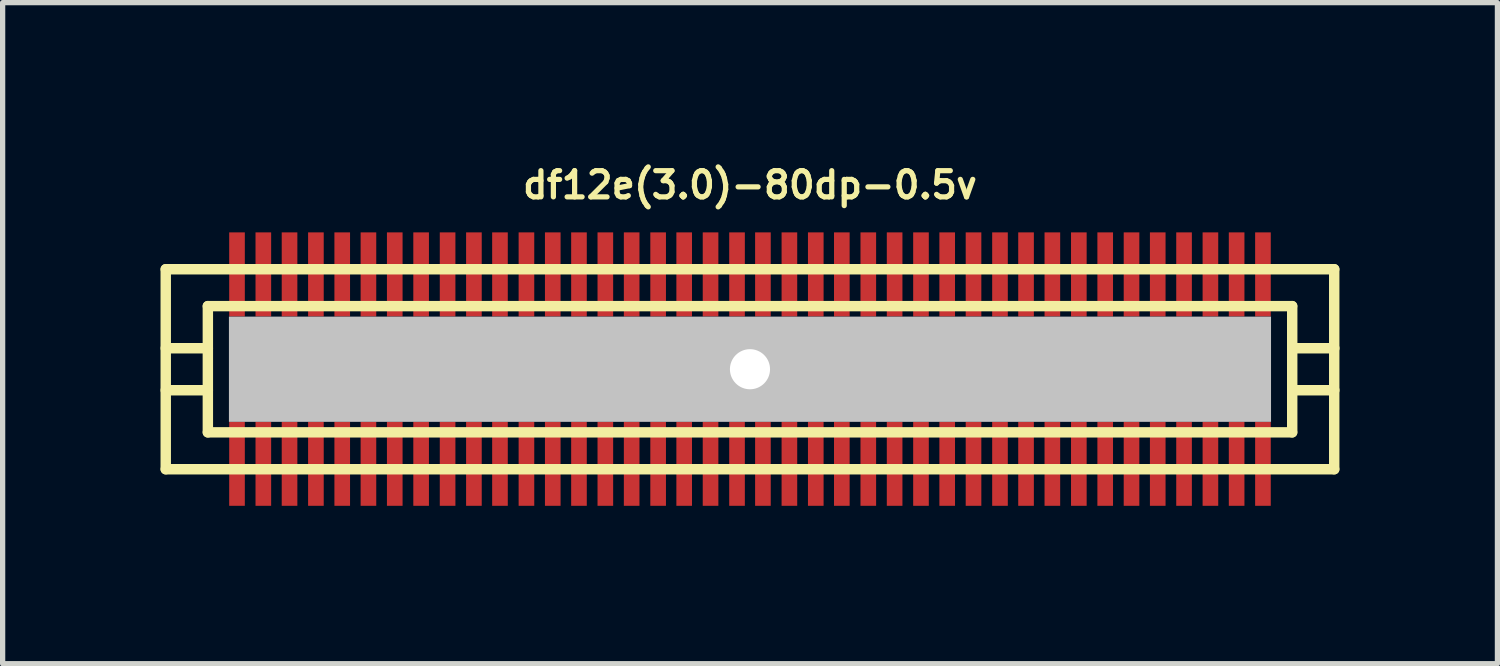
<source format=kicad_pcb>
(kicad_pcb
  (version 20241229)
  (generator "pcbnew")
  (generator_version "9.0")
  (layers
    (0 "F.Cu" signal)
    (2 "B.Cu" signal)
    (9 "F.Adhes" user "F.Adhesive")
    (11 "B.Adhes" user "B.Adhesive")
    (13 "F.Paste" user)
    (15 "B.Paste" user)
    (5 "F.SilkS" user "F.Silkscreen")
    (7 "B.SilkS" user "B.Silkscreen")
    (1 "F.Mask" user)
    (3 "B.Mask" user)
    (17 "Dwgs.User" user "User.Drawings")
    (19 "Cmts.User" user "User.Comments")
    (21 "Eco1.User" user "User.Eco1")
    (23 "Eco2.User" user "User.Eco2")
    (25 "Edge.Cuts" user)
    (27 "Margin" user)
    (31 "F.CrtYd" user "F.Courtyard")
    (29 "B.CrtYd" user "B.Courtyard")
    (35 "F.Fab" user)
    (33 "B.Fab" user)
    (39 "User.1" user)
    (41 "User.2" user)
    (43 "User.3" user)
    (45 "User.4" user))
  (footprint "df12e(3.0)-80dp-0.5v"
    (layer "F.Cu")
    (at 11.199 3.965)
    (property "Reference" "df12e(3.0)-80dp-0.5v" (at 0 -3.5 0) (layer "F.SilkS") (effects (font (size 0.498 0.498) (thickness 0.099))))
    (attr through_hole)
    (fp_line (start -11.1 -1.9) (end -11.1 1.9) (stroke (width 0.198) (type solid)) (layer "F.SilkS"))
    (fp_line (start -11.1 -1.9) (end 11.1 -1.9) (stroke (width 0.198) (type solid)) (layer "F.SilkS"))
    (fp_line (start -10.3 -0.399) (end -11.1 -0.399) (stroke (width 0.198) (type solid)) (layer "F.SilkS"))
    (fp_line (start -10.3 0.399) (end -11.1 0.399) (stroke (width 0.198) (type solid)) (layer "F.SilkS"))
    (fp_line (start -10.3 1.199) (end -10.3 -1.199) (stroke (width 0.198) (type solid)) (layer "F.SilkS"))
    (fp_line (start -10.3 1.199) (end 10.3 1.199) (stroke (width 0.198) (type solid)) (layer "F.SilkS"))
    (fp_line (start 10.3 -1.199) (end -10.3 -1.199) (stroke (width 0.198) (type solid)) (layer "F.SilkS"))
    (fp_line (start 10.302 -1.199) (end 10.302 1.199) (stroke (width 0.198) (type solid)) (layer "F.SilkS"))
    (fp_line (start 10.302 -0.399) (end 11.102 -0.399) (stroke (width 0.198) (type solid)) (layer "F.SilkS"))
    (fp_line (start 11.1 1.9) (end -11.1 1.9) (stroke (width 0.198) (type solid)) (layer "F.SilkS"))
    (fp_line (start 11.1 1.9) (end 11.1 -1.9) (stroke (width 0.198) (type solid)) (layer "F.SilkS"))
    (fp_line (start 11.102 0.399) (end 10.302 0.399) (stroke (width 0.198) (type solid)) (layer "F.SilkS"))
    (pad "" np_thru_hole rect (at 0 0) (size 19.799 1.999) (drill 0.762) (layers "Dwgs.User"))
    (pad "1" smd rect (at 9.746 1.796) (size 0.297 1.598) (layers "F.Cu" "F.Mask" "F.Paste"))
    (pad "2" smd rect (at 9.246 1.796) (size 0.297 1.598) (layers "F.Cu" "F.Mask" "F.Paste"))
    (pad "3" smd rect (at 8.748 1.796) (size 0.297 1.598) (layers "F.Cu" "F.Mask" "F.Paste"))
    (pad "4" smd rect (at 8.247 1.796) (size 0.297 1.598) (layers "F.Cu" "F.Mask" "F.Paste"))
    (pad "5" smd rect (at 7.747 1.796) (size 0.297 1.598) (layers "F.Cu" "F.Mask" "F.Paste"))
    (pad "6" smd rect (at 7.249 1.796) (size 0.297 1.598) (layers "F.Cu" "F.Mask" "F.Paste"))
    (pad "7" smd rect (at 6.749 1.796) (size 0.297 1.598) (layers "F.Cu" "F.Mask" "F.Paste"))
    (pad "8" smd rect (at 6.248 1.796) (size 0.297 1.598) (layers "F.Cu" "F.Mask" "F.Paste"))
    (pad "9" smd rect (at 5.745 1.796) (size 0.297 1.598) (layers "F.Cu" "F.Mask" "F.Paste"))
    (pad "10" smd rect (at 5.245 1.796) (size 0.297 1.598) (layers "F.Cu" "F.Mask" "F.Paste"))
    (pad "11" smd rect (at 4.75 1.796) (size 0.297 1.598) (layers "F.Cu" "F.Mask" "F.Paste"))
    (pad "12" smd rect (at 4.247 1.796) (size 0.297 1.598) (layers "F.Cu" "F.Mask" "F.Paste"))
    (pad "13" smd rect (at 3.747 1.796) (size 0.297 1.598) (layers "F.Cu" "F.Mask" "F.Paste"))
    (pad "14" smd rect (at 3.249 1.796) (size 0.297 1.598) (layers "F.Cu" "F.Mask" "F.Paste"))
    (pad "15" smd rect (at 2.748 1.796) (size 0.297 1.598) (layers "F.Cu" "F.Mask" "F.Paste"))
    (pad "16" smd rect (at 2.248 1.796) (size 0.297 1.598) (layers "F.Cu" "F.Mask" "F.Paste"))
    (pad "17" smd rect (at 1.745 1.796) (size 0.297 1.598) (layers "F.Cu" "F.Mask" "F.Paste"))
    (pad "18" smd rect (at 1.25 1.796) (size 0.297 1.598) (layers "F.Cu" "F.Mask" "F.Paste"))
    (pad "19" smd rect (at 0.749 1.796) (size 0.297 1.598) (layers "F.Cu" "F.Mask" "F.Paste"))
    (pad "20" smd rect (at 0.246 1.796) (size 0.297 1.598) (layers "F.Cu" "F.Mask" "F.Paste"))
    (pad "21" smd rect (at -0.246 1.796) (size 0.297 1.598) (layers "F.Cu" "F.Mask" "F.Paste"))
    (pad "22" smd rect (at -0.749 1.796) (size 0.297 1.598) (layers "F.Cu" "F.Mask" "F.Paste"))
    (pad "23" smd rect (at -1.25 1.796) (size 0.297 1.598) (layers "F.Cu" "F.Mask" "F.Paste"))
    (pad "24" smd rect (at -1.745 1.796) (size 0.297 1.598) (layers "F.Cu" "F.Mask" "F.Paste"))
    (pad "25" smd rect (at -2.248 1.796) (size 0.297 1.598) (layers "F.Cu" "F.Mask" "F.Paste"))
    (pad "26" smd rect (at -2.748 1.796) (size 0.297 1.598) (layers "F.Cu" "F.Mask" "F.Paste"))
    (pad "27" smd rect (at -3.249 1.796) (size 0.297 1.598) (layers "F.Cu" "F.Mask" "F.Paste"))
    (pad "28" smd rect (at -3.747 1.796) (size 0.297 1.598) (layers "F.Cu" "F.Mask" "F.Paste"))
    (pad "29" smd rect (at -4.247 1.796) (size 0.297 1.598) (layers "F.Cu" "F.Mask" "F.Paste"))
    (pad "30" smd rect (at -4.75 1.796) (size 0.297 1.598) (layers "F.Cu" "F.Mask" "F.Paste"))
    (pad "31" smd rect (at -5.245 1.796) (size 0.297 1.598) (layers "F.Cu" "F.Mask" "F.Paste"))
    (pad "32" smd rect (at -5.745 1.796) (size 0.297 1.598) (layers "F.Cu" "F.Mask" "F.Paste"))
    (pad "33" smd rect (at -6.248 1.796) (size 0.297 1.598) (layers "F.Cu" "F.Mask" "F.Paste"))
    (pad "34" smd rect (at -6.749 1.796) (size 0.297 1.598) (layers "F.Cu" "F.Mask" "F.Paste"))
    (pad "35" smd rect (at -7.249 1.796) (size 0.297 1.598) (layers "F.Cu" "F.Mask" "F.Paste"))
    (pad "36" smd rect (at -7.747 1.796) (size 0.297 1.598) (layers "F.Cu" "F.Mask" "F.Paste"))
    (pad "37" smd rect (at -8.247 1.796) (size 0.297 1.598) (layers "F.Cu" "F.Mask" "F.Paste"))
    (pad "38" smd rect (at -8.748 1.796) (size 0.297 1.598) (layers "F.Cu" "F.Mask" "F.Paste"))
    (pad "39" smd rect (at -9.246 1.796) (size 0.297 1.598) (layers "F.Cu" "F.Mask" "F.Paste"))
    (pad "40" smd rect (at -9.746 1.796) (size 0.297 1.598) (layers "F.Cu" "F.Mask" "F.Paste"))
    (pad "41" smd rect (at -9.746 -1.801) (size 0.297 1.598) (layers "F.Cu" "F.Mask" "F.Paste"))
    (pad "42" smd rect (at -9.246 -1.801) (size 0.297 1.598) (layers "F.Cu" "F.Mask" "F.Paste"))
    (pad "43" smd rect (at -8.748 -1.801) (size 0.297 1.598) (layers "F.Cu" "F.Mask" "F.Paste"))
    (pad "44" smd rect (at -8.247 -1.801) (size 0.297 1.598) (layers "F.Cu" "F.Mask" "F.Paste"))
    (pad "45" smd rect (at -7.747 -1.801) (size 0.297 1.598) (layers "F.Cu" "F.Mask" "F.Paste"))
    (pad "46" smd rect (at -7.249 -1.801) (size 0.297 1.598) (layers "F.Cu" "F.Mask" "F.Paste"))
    (pad "47" smd rect (at -6.749 -1.801) (size 0.297 1.598) (layers "F.Cu" "F.Mask" "F.Paste"))
    (pad "48" smd rect (at -6.248 -1.801) (size 0.297 1.598) (layers "F.Cu" "F.Mask" "F.Paste"))
    (pad "49" smd rect (at -5.745 -1.801) (size 0.297 1.598) (layers "F.Cu" "F.Mask" "F.Paste"))
    (pad "50" smd rect (at -5.245 -1.801) (size 0.297 1.598) (layers "F.Cu" "F.Mask" "F.Paste"))
    (pad "51" smd rect (at -4.75 -1.801) (size 0.297 1.598) (layers "F.Cu" "F.Mask" "F.Paste"))
    (pad "52" smd rect (at -4.247 -1.801) (size 0.297 1.598) (layers "F.Cu" "F.Mask" "F.Paste"))
    (pad "53" smd rect (at -3.747 -1.801) (size 0.297 1.598) (layers "F.Cu" "F.Mask" "F.Paste"))
    (pad "54" smd rect (at -3.249 -1.801) (size 0.297 1.598) (layers "F.Cu" "F.Mask" "F.Paste"))
    (pad "55" smd rect (at -2.748 -1.801) (size 0.297 1.598) (layers "F.Cu" "F.Mask" "F.Paste"))
    (pad "56" smd rect (at -2.248 -1.801) (size 0.297 1.598) (layers "F.Cu" "F.Mask" "F.Paste"))
    (pad "57" smd rect (at -1.745 -1.801) (size 0.297 1.598) (layers "F.Cu" "F.Mask" "F.Paste"))
    (pad "58" smd rect (at -1.25 -1.801) (size 0.297 1.598) (layers "F.Cu" "F.Mask" "F.Paste"))
    (pad "59" smd rect (at -0.749 -1.801) (size 0.297 1.598) (layers "F.Cu" "F.Mask" "F.Paste"))
    (pad "60" smd rect (at -0.246 -1.801) (size 0.297 1.598) (layers "F.Cu" "F.Mask" "F.Paste"))
    (pad "61" smd rect (at 0.246 -1.801) (size 0.297 1.598) (layers "F.Cu" "F.Mask" "F.Paste"))
    (pad "62" smd rect (at 0.749 -1.801) (size 0.297 1.598) (layers "F.Cu" "F.Mask" "F.Paste"))
    (pad "63" smd rect (at 1.25 -1.801) (size 0.297 1.598) (layers "F.Cu" "F.Mask" "F.Paste"))
    (pad "64" smd rect (at 1.745 -1.801) (size 0.297 1.598) (layers "F.Cu" "F.Mask" "F.Paste"))
    (pad "65" smd rect (at 2.248 -1.801) (size 0.297 1.598) (layers "F.Cu" "F.Mask" "F.Paste"))
    (pad "66" smd rect (at 2.748 -1.801) (size 0.297 1.598) (layers "F.Cu" "F.Mask" "F.Paste"))
    (pad "67" smd rect (at 3.249 -1.801) (size 0.297 1.598) (layers "F.Cu" "F.Mask" "F.Paste"))
    (pad "68" smd rect (at 3.747 -1.801) (size 0.297 1.598) (layers "F.Cu" "F.Mask" "F.Paste"))
    (pad "69" smd rect (at 4.247 -1.801) (size 0.297 1.598) (layers "F.Cu" "F.Mask" "F.Paste"))
    (pad "70" smd rect (at 4.75 -1.801) (size 0.297 1.598) (layers "F.Cu" "F.Mask" "F.Paste"))
    (pad "71" smd rect (at 5.245 -1.801) (size 0.297 1.598) (layers "F.Cu" "F.Mask" "F.Paste"))
    (pad "72" smd rect (at 5.745 -1.801) (size 0.297 1.598) (layers "F.Cu" "F.Mask" "F.Paste"))
    (pad "73" smd rect (at 6.248 -1.801) (size 0.297 1.598) (layers "F.Cu" "F.Mask" "F.Paste"))
    (pad "74" smd rect (at 6.749 -1.801) (size 0.297 1.598) (layers "F.Cu" "F.Mask" "F.Paste"))
    (pad "75" smd rect (at 7.249 -1.801) (size 0.297 1.598) (layers "F.Cu" "F.Mask" "F.Paste"))
    (pad "76" smd rect (at 7.747 -1.801) (size 0.297 1.598) (layers "F.Cu" "F.Mask" "F.Paste"))
    (pad "77" smd rect (at 8.247 -1.801) (size 0.297 1.598) (layers "F.Cu" "F.Mask" "F.Paste"))
    (pad "78" smd rect (at 8.748 -1.801) (size 0.297 1.598) (layers "F.Cu" "F.Mask" "F.Paste"))
    (pad "79" smd rect (at 9.246 -1.801) (size 0.297 1.598) (layers "F.Cu" "F.Mask" "F.Paste"))
    (pad "80" smd rect (at 9.746 -1.801) (size 0.297 1.598) (layers "F.Cu" "F.Mask" "F.Paste")))
  (gr_rect
    (start -3 -3)
    (end 25.4 9.56)
    (stroke (width 0.1) (type default))
    (fill no)
    (layer "Edge.Cuts")))
</source>
